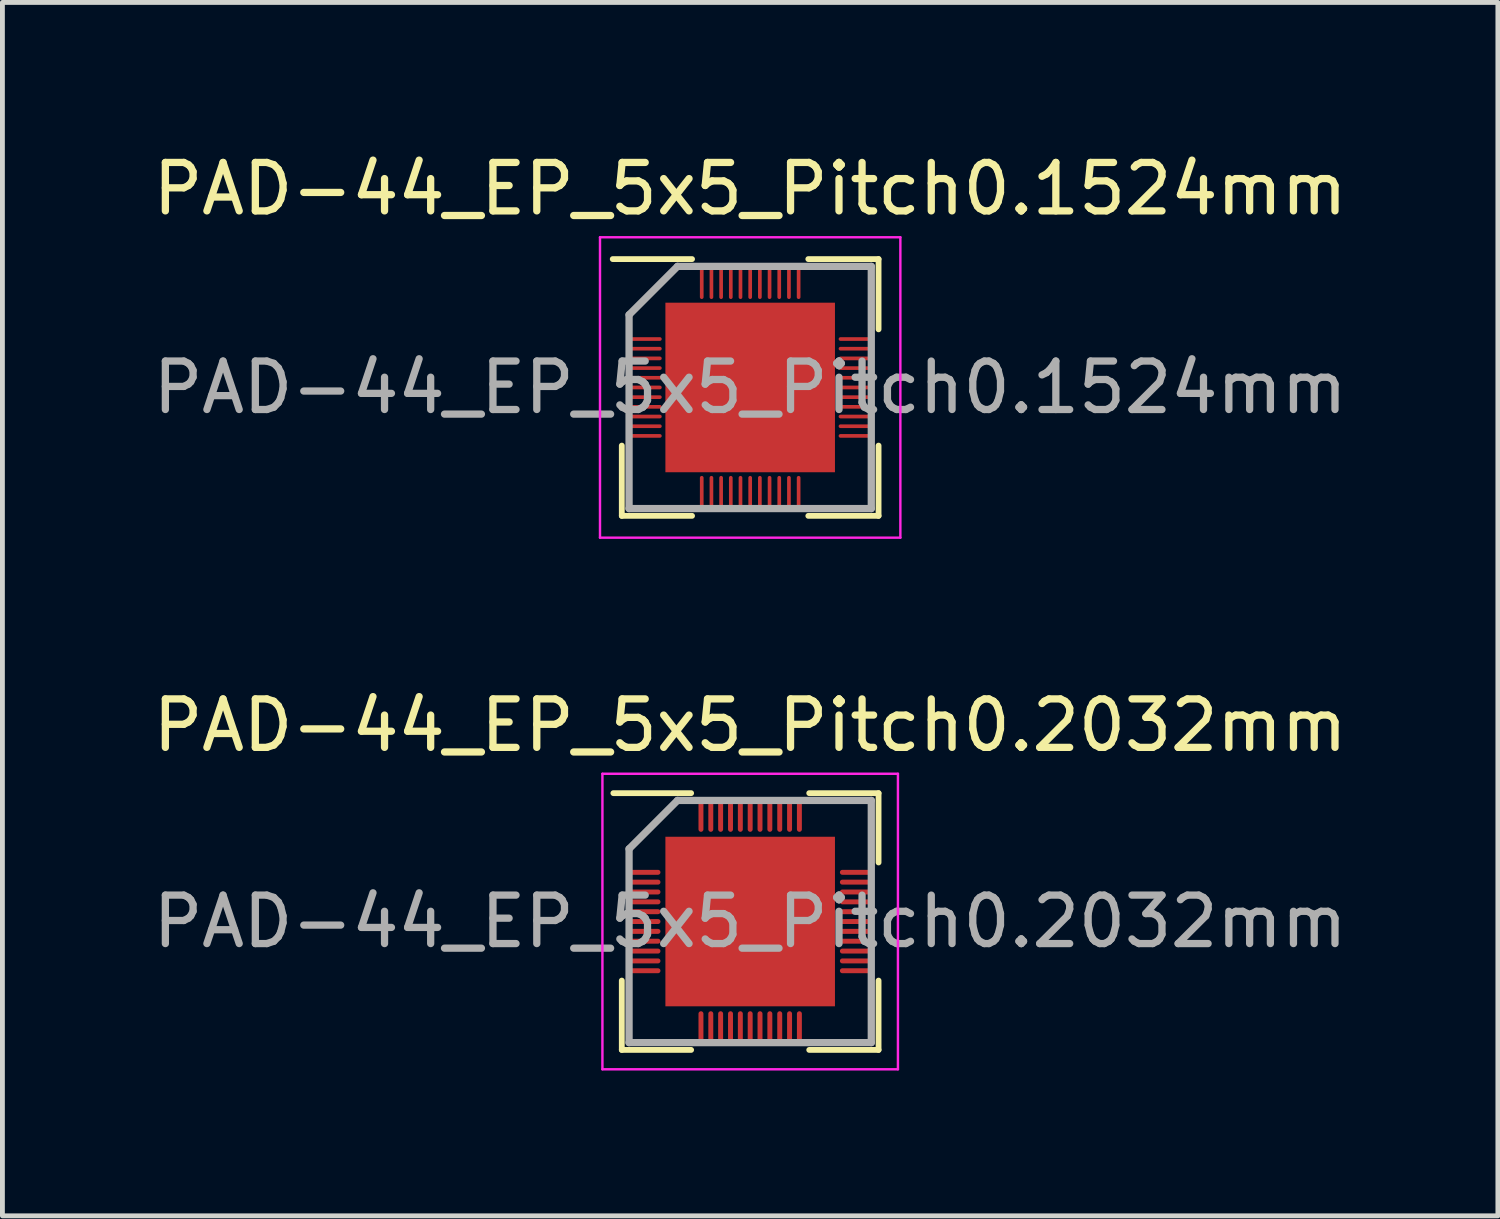
<source format=kicad_pcb>
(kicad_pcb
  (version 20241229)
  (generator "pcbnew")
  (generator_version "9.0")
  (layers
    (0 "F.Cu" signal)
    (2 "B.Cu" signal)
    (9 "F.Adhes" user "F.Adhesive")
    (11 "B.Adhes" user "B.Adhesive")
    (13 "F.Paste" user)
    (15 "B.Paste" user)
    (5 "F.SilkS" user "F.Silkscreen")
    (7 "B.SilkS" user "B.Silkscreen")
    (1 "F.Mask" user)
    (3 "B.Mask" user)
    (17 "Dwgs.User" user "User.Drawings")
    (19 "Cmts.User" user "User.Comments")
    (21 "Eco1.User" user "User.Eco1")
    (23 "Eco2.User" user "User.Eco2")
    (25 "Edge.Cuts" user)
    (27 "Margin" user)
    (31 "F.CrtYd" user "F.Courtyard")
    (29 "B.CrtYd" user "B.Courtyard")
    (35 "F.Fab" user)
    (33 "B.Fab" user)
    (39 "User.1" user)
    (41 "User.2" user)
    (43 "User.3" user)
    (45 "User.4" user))
  (footprint "PAD-44_EP_5x5_Pitch0.2032mm"
    (layer "F.Cu")
    (at 12.435 15.972)
    (property "Reference" "PAD-44_EP_5x5_Pitch0.2032mm" (at 0 -4.05 0) (layer "F.SilkS") (effects (font (size 1 1) (thickness 0.15))))
    (attr smd)
    (fp_line (start -2.65 2.65) (end -2.65 1.219) (stroke (width 0.12) (type default)) (layer "F.SilkS"))
    (fp_line (start -1.219 -2.65) (end -2.824 -2.65) (stroke (width 0.12) (type default)) (layer "F.SilkS"))
    (fp_line (start -1.219 2.65) (end -2.65 2.65) (stroke (width 0.12) (type default)) (layer "F.SilkS"))
    (fp_line (start 1.219 -2.65) (end 2.65 -2.65) (stroke (width 0.12) (type default)) (layer "F.SilkS"))
    (fp_line (start 1.219 2.65) (end 2.65 2.65) (stroke (width 0.12) (type default)) (layer "F.SilkS"))
    (fp_line (start 2.65 -2.65) (end 2.65 -1.219) (stroke (width 0.12) (type default)) (layer "F.SilkS"))
    (fp_line (start 2.65 2.65) (end 2.65 1.219) (stroke (width 0.12) (type default)) (layer "F.SilkS"))
    (fp_line (start -3.05 -3.05) (end 3.05 -3.05) (stroke (width 0.05) (type default)) (layer "F.CrtYd"))
    (fp_line (start -3.05 3.05) (end -3.05 -3.05) (stroke (width 0.05) (type default)) (layer "F.CrtYd"))
    (fp_line (start 3.05 -3.05) (end 3.05 3.05) (stroke (width 0.05) (type default)) (layer "F.CrtYd"))
    (fp_line (start 3.05 3.05) (end -3.05 3.05) (stroke (width 0.05) (type default)) (layer "F.CrtYd"))
    (fp_line (start -2.5 -1.5) (end -2.5 2.5) (stroke (width 0.15) (type default)) (layer "F.Fab"))
    (fp_line (start -2.5 2.5) (end 2.5 2.5) (stroke (width 0.15) (type default)) (layer "F.Fab"))
    (fp_line (start -1.5 -2.5) (end -2.5 -1.5) (stroke (width 0.15) (type default)) (layer "F.Fab"))
    (fp_line (start 2.5 -2.5) (end -1.5 -2.5) (stroke (width 0.15) (type default)) (layer "F.Fab"))
    (fp_line (start 2.5 2.5) (end 2.5 -2.5) (stroke (width 0.15) (type default)) (layer "F.Fab"))
    (fp_text user "${REFERENCE}" (at 0 0 0) (layer "F.Fab") (effects (font (size 1 1) (thickness 0.15))))
    (pad "" smd rect (at -1.312 -1.312) (size 0.875 0.875) (layers "F.Paste"))
    (pad "" smd rect (at -1.312 -0.438) (size 0.875 0.875) (layers "F.Paste"))
    (pad "" smd rect (at -1.312 0.438) (size 0.875 0.875) (layers "F.Paste"))
    (pad "" smd rect (at -1.312 1.312) (size 0.875 0.875) (layers "F.Paste"))
    (pad "" smd rect (at -0.438 -1.312) (size 0.875 0.875) (layers "F.Paste"))
    (pad "" smd rect (at -0.438 -0.438) (size 0.875 0.875) (layers "F.Paste"))
    (pad "" smd rect (at -0.438 0.438) (size 0.875 0.875) (layers "F.Paste"))
    (pad "" smd rect (at -0.438 1.312) (size 0.875 0.875) (layers "F.Paste"))
    (pad "" smd rect (at 0.438 -1.312) (size 0.875 0.875) (layers "F.Paste"))
    (pad "" smd rect (at 0.438 -0.438) (size 0.875 0.875) (layers "F.Paste"))
    (pad "" smd rect (at 0.438 0.438) (size 0.875 0.875) (layers "F.Paste"))
    (pad "" smd rect (at 0.438 1.312) (size 0.875 0.875) (layers "F.Paste"))
    (pad "" smd rect (at 1.312 -1.312) (size 0.875 0.875) (layers "F.Paste"))
    (pad "" smd rect (at 1.312 -0.438) (size 0.875 0.875) (layers "F.Paste"))
    (pad "" smd rect (at 1.312 0.438) (size 0.875 0.875) (layers "F.Paste"))
    (pad "" smd rect (at 1.312 1.312) (size 0.875 0.875) (layers "F.Paste"))
    (pad "1" smd oval (at -2.176 -1.016 90) (size 0.102 0.648) (layers "F.Cu" "F.Mask" "F.Paste"))
    (pad "2" smd oval (at -2.176 -0.813 90) (size 0.102 0.648) (layers "F.Cu" "F.Mask" "F.Paste"))
    (pad "3" smd oval (at -2.176 -0.61 90) (size 0.102 0.648) (layers "F.Cu" "F.Mask" "F.Paste"))
    (pad "4" smd oval (at -2.176 -0.406 90) (size 0.102 0.648) (layers "F.Cu" "F.Mask" "F.Paste"))
    (pad "5" smd oval (at -2.176 -0.203 90) (size 0.102 0.648) (layers "F.Cu" "F.Mask" "F.Paste"))
    (pad "6" smd oval (at -2.176 0 90) (size 0.102 0.648) (layers "F.Cu" "F.Mask" "F.Paste"))
    (pad "7" smd oval (at -2.176 0.203 90) (size 0.102 0.648) (layers "F.Cu" "F.Mask" "F.Paste"))
    (pad "8" smd oval (at -2.176 0.406 90) (size 0.102 0.648) (layers "F.Cu" "F.Mask" "F.Paste"))
    (pad "9" smd oval (at -2.176 0.61 90) (size 0.102 0.648) (layers "F.Cu" "F.Mask" "F.Paste"))
    (pad "10" smd oval (at -2.176 0.813 90) (size 0.102 0.648) (layers "F.Cu" "F.Mask" "F.Paste"))
    (pad "11" smd oval (at -2.176 1.016 90) (size 0.102 0.648) (layers "F.Cu" "F.Mask" "F.Paste"))
    (pad "12" smd oval (at -1.016 2.176) (size 0.102 0.648) (layers "F.Cu" "F.Mask" "F.Paste"))
    (pad "13" smd oval (at -0.813 2.176) (size 0.102 0.648) (layers "F.Cu" "F.Mask" "F.Paste"))
    (pad "14" smd oval (at -0.61 2.176) (size 0.102 0.648) (layers "F.Cu" "F.Mask" "F.Paste"))
    (pad "15" smd oval (at -0.406 2.176) (size 0.102 0.648) (layers "F.Cu" "F.Mask" "F.Paste"))
    (pad "16" smd oval (at -0.203 2.176) (size 0.102 0.648) (layers "F.Cu" "F.Mask" "F.Paste"))
    (pad "17" smd oval (at 0 2.176) (size 0.102 0.648) (layers "F.Cu" "F.Mask" "F.Paste"))
    (pad "18" smd oval (at 0.203 2.176) (size 0.102 0.648) (layers "F.Cu" "F.Mask" "F.Paste"))
    (pad "19" smd oval (at 0.406 2.176) (size 0.102 0.648) (layers "F.Cu" "F.Mask" "F.Paste"))
    (pad "20" smd oval (at 0.61 2.176) (size 0.102 0.648) (layers "F.Cu" "F.Mask" "F.Paste"))
    (pad "21" smd oval (at 0.813 2.176) (size 0.102 0.648) (layers "F.Cu" "F.Mask" "F.Paste"))
    (pad "22" smd oval (at 1.016 2.176) (size 0.102 0.648) (layers "F.Cu" "F.Mask" "F.Paste"))
    (pad "23" smd oval (at 2.176 1.016 90) (size 0.102 0.648) (layers "F.Cu" "F.Mask" "F.Paste"))
    (pad "24" smd oval (at 2.176 0.813 90) (size 0.102 0.648) (layers "F.Cu" "F.Mask" "F.Paste"))
    (pad "25" smd oval (at 2.176 0.61 90) (size 0.102 0.648) (layers "F.Cu" "F.Mask" "F.Paste"))
    (pad "26" smd oval (at 2.176 0.406 90) (size 0.102 0.648) (layers "F.Cu" "F.Mask" "F.Paste"))
    (pad "27" smd oval (at 2.176 0.203 90) (size 0.102 0.648) (layers "F.Cu" "F.Mask" "F.Paste"))
    (pad "28" smd oval (at 2.176 0 90) (size 0.102 0.648) (layers "F.Cu" "F.Mask" "F.Paste"))
    (pad "29" smd oval (at 2.176 -0.203 90) (size 0.102 0.648) (layers "F.Cu" "F.Mask" "F.Paste"))
    (pad "30" smd oval (at 2.176 -0.406 90) (size 0.102 0.648) (layers "F.Cu" "F.Mask" "F.Paste"))
    (pad "31" smd oval (at 2.176 -0.61 90) (size 0.102 0.648) (layers "F.Cu" "F.Mask" "F.Paste"))
    (pad "32" smd oval (at 2.176 -0.813 90) (size 0.102 0.648) (layers "F.Cu" "F.Mask" "F.Paste"))
    (pad "33" smd oval (at 2.176 -1.016 90) (size 0.102 0.648) (layers "F.Cu" "F.Mask" "F.Paste"))
    (pad "34" smd oval (at 1.016 -2.176) (size 0.102 0.648) (layers "F.Cu" "F.Mask" "F.Paste"))
    (pad "35" smd oval (at 0.813 -2.176) (size 0.102 0.648) (layers "F.Cu" "F.Mask" "F.Paste"))
    (pad "36" smd oval (at 0.61 -2.176) (size 0.102 0.648) (layers "F.Cu" "F.Mask" "F.Paste"))
    (pad "37" smd oval (at 0.406 -2.176) (size 0.102 0.648) (layers "F.Cu" "F.Mask" "F.Paste"))
    (pad "38" smd oval (at 0.203 -2.176) (size 0.102 0.648) (layers "F.Cu" "F.Mask" "F.Paste"))
    (pad "39" smd oval (at 0 -2.176) (size 0.102 0.648) (layers "F.Cu" "F.Mask" "F.Paste"))
    (pad "40" smd oval (at -0.203 -2.176) (size 0.102 0.648) (layers "F.Cu" "F.Mask" "F.Paste"))
    (pad "41" smd oval (at -0.406 -2.176) (size 0.102 0.648) (layers "F.Cu" "F.Mask" "F.Paste"))
    (pad "42" smd oval (at -0.61 -2.176) (size 0.102 0.648) (layers "F.Cu" "F.Mask" "F.Paste"))
    (pad "43" smd oval (at -0.813 -2.176) (size 0.102 0.648) (layers "F.Cu" "F.Mask" "F.Paste"))
    (pad "44" smd oval (at -1.016 -2.176) (size 0.102 0.648) (layers "F.Cu" "F.Mask" "F.Paste"))
    (pad "45" smd rect (at 0 0) (size 3.5 3.5) (layers "F.Cu" "F.Mask")))
  (footprint "PAD-44_EP_5x5_Pitch0.1524mm"
    (layer "F.Cu")
    (at 12.435 4.948)
    (property "Reference" "PAD-44_EP_5x5_Pitch0.1524mm" (at 0 -4.1 0) (layer "F.SilkS") (effects (font (size 1 1) (thickness 0.15))))
    (attr smd)
    (fp_line (start -2.65 2.65) (end -2.65 1.2) (stroke (width 0.12) (type default)) (layer "F.SilkS"))
    (fp_line (start -1.2 -2.65) (end -2.837 -2.65) (stroke (width 0.12) (type default)) (layer "F.SilkS"))
    (fp_line (start -1.2 2.65) (end -2.65 2.65) (stroke (width 0.12) (type default)) (layer "F.SilkS"))
    (fp_line (start 1.2 -2.65) (end 2.65 -2.65) (stroke (width 0.12) (type default)) (layer "F.SilkS"))
    (fp_line (start 1.2 2.65) (end 2.65 2.65) (stroke (width 0.12) (type default)) (layer "F.SilkS"))
    (fp_line (start 2.65 -2.65) (end 2.65 -1.2) (stroke (width 0.12) (type default)) (layer "F.SilkS"))
    (fp_line (start 2.65 2.65) (end 2.65 1.2) (stroke (width 0.12) (type default)) (layer "F.SilkS"))
    (fp_line (start -3.1 -3.1) (end 3.1 -3.1) (stroke (width 0.05) (type default)) (layer "F.CrtYd"))
    (fp_line (start -3.1 3.1) (end -3.1 -3.1) (stroke (width 0.05) (type default)) (layer "F.CrtYd"))
    (fp_line (start 3.1 -3.1) (end 3.1 3.1) (stroke (width 0.05) (type default)) (layer "F.CrtYd"))
    (fp_line (start 3.1 3.1) (end -3.1 3.1) (stroke (width 0.05) (type default)) (layer "F.CrtYd"))
    (fp_line (start -2.5 -1.5) (end -2.5 2.5) (stroke (width 0.15) (type default)) (layer "F.Fab"))
    (fp_line (start -2.5 2.5) (end 2.5 2.5) (stroke (width 0.15) (type default)) (layer "F.Fab"))
    (fp_line (start -1.5 -2.5) (end -2.5 -1.5) (stroke (width 0.15) (type default)) (layer "F.Fab"))
    (fp_line (start 2.5 -2.5) (end -1.5 -2.5) (stroke (width 0.15) (type default)) (layer "F.Fab"))
    (fp_line (start 2.5 2.5) (end 2.5 -2.5) (stroke (width 0.15) (type default)) (layer "F.Fab"))
    (fp_text user "${REFERENCE}" (at 0 0 0) (layer "F.Fab") (effects (font (size 1 1) (thickness 0.15))))
    (pad "" smd rect (at -1.312 -1.312) (size 0.875 0.875) (layers "F.Paste"))
    (pad "" smd rect (at -1.312 -0.438) (size 0.875 0.875) (layers "F.Paste"))
    (pad "" smd rect (at -1.312 0.438) (size 0.875 0.875) (layers "F.Paste"))
    (pad "" smd rect (at -1.312 1.312) (size 0.875 0.875) (layers "F.Paste"))
    (pad "" smd rect (at -0.438 -1.312) (size 0.875 0.875) (layers "F.Paste"))
    (pad "" smd rect (at -0.438 -0.438) (size 0.875 0.875) (layers "F.Paste"))
    (pad "" smd rect (at -0.438 0.438) (size 0.875 0.875) (layers "F.Paste"))
    (pad "" smd rect (at -0.438 1.312) (size 0.875 0.875) (layers "F.Paste"))
    (pad "" smd rect (at 0.438 -1.312) (size 0.875 0.875) (layers "F.Paste"))
    (pad "" smd rect (at 0.438 -0.438) (size 0.875 0.875) (layers "F.Paste"))
    (pad "" smd rect (at 0.438 0.438) (size 0.875 0.875) (layers "F.Paste"))
    (pad "" smd rect (at 0.438 1.312) (size 0.875 0.875) (layers "F.Paste"))
    (pad "" smd rect (at 1.312 -1.312) (size 0.875 0.875) (layers "F.Paste"))
    (pad "" smd rect (at 1.312 -0.438) (size 0.875 0.875) (layers "F.Paste"))
    (pad "" smd rect (at 1.312 0.438) (size 0.875 0.875) (layers "F.Paste"))
    (pad "" smd rect (at 1.312 1.312) (size 0.875 0.875) (layers "F.Paste"))
    (pad "1" smd oval (at -2.163 -1 90) (size 0.076 0.674) (layers "F.Cu" "F.Mask" "F.Paste"))
    (pad "2" smd oval (at -2.163 -0.8 90) (size 0.076 0.674) (layers "F.Cu" "F.Mask" "F.Paste"))
    (pad "3" smd oval (at -2.163 -0.6 90) (size 0.076 0.674) (layers "F.Cu" "F.Mask" "F.Paste"))
    (pad "4" smd oval (at -2.163 -0.4 90) (size 0.076 0.674) (layers "F.Cu" "F.Mask" "F.Paste"))
    (pad "5" smd oval (at -2.163 -0.2 90) (size 0.076 0.674) (layers "F.Cu" "F.Mask" "F.Paste"))
    (pad "6" smd oval (at -2.163 0 90) (size 0.076 0.674) (layers "F.Cu" "F.Mask" "F.Paste"))
    (pad "7" smd oval (at -2.163 0.2 90) (size 0.076 0.674) (layers "F.Cu" "F.Mask" "F.Paste"))
    (pad "8" smd oval (at -2.163 0.4 90) (size 0.076 0.674) (layers "F.Cu" "F.Mask" "F.Paste"))
    (pad "9" smd oval (at -2.163 0.6 90) (size 0.076 0.674) (layers "F.Cu" "F.Mask" "F.Paste"))
    (pad "10" smd oval (at -2.163 0.8 90) (size 0.076 0.674) (layers "F.Cu" "F.Mask" "F.Paste"))
    (pad "11" smd oval (at -2.163 1 90) (size 0.076 0.674) (layers "F.Cu" "F.Mask" "F.Paste"))
    (pad "12" smd oval (at -1 2.163) (size 0.076 0.674) (layers "F.Cu" "F.Mask" "F.Paste"))
    (pad "13" smd oval (at -0.8 2.163) (size 0.076 0.674) (layers "F.Cu" "F.Mask" "F.Paste"))
    (pad "14" smd oval (at -0.6 2.163) (size 0.076 0.674) (layers "F.Cu" "F.Mask" "F.Paste"))
    (pad "15" smd oval (at -0.4 2.163) (size 0.076 0.674) (layers "F.Cu" "F.Mask" "F.Paste"))
    (pad "16" smd oval (at -0.2 2.163) (size 0.076 0.674) (layers "F.Cu" "F.Mask" "F.Paste"))
    (pad "17" smd oval (at 0 2.163) (size 0.076 0.674) (layers "F.Cu" "F.Mask" "F.Paste"))
    (pad "18" smd oval (at 0.2 2.163) (size 0.076 0.674) (layers "F.Cu" "F.Mask" "F.Paste"))
    (pad "19" smd oval (at 0.4 2.163) (size 0.076 0.674) (layers "F.Cu" "F.Mask" "F.Paste"))
    (pad "20" smd oval (at 0.6 2.163) (size 0.076 0.674) (layers "F.Cu" "F.Mask" "F.Paste"))
    (pad "21" smd oval (at 0.8 2.163) (size 0.076 0.674) (layers "F.Cu" "F.Mask" "F.Paste"))
    (pad "22" smd oval (at 1 2.163) (size 0.076 0.674) (layers "F.Cu" "F.Mask" "F.Paste"))
    (pad "23" smd oval (at 2.163 1 90) (size 0.076 0.674) (layers "F.Cu" "F.Mask" "F.Paste"))
    (pad "24" smd oval (at 2.163 0.8 90) (size 0.076 0.674) (layers "F.Cu" "F.Mask" "F.Paste"))
    (pad "25" smd oval (at 2.163 0.6 90) (size 0.076 0.674) (layers "F.Cu" "F.Mask" "F.Paste"))
    (pad "26" smd oval (at 2.163 0.4 90) (size 0.076 0.674) (layers "F.Cu" "F.Mask" "F.Paste"))
    (pad "27" smd oval (at 2.163 0.2 90) (size 0.076 0.674) (layers "F.Cu" "F.Mask" "F.Paste"))
    (pad "28" smd oval (at 2.163 0 90) (size 0.076 0.674) (layers "F.Cu" "F.Mask" "F.Paste"))
    (pad "29" smd oval (at 2.163 -0.2 90) (size 0.076 0.674) (layers "F.Cu" "F.Mask" "F.Paste"))
    (pad "30" smd oval (at 2.163 -0.4 90) (size 0.076 0.674) (layers "F.Cu" "F.Mask" "F.Paste"))
    (pad "31" smd oval (at 2.163 -0.6 90) (size 0.076 0.674) (layers "F.Cu" "F.Mask" "F.Paste"))
    (pad "32" smd oval (at 2.163 -0.8 90) (size 0.076 0.674) (layers "F.Cu" "F.Mask" "F.Paste"))
    (pad "33" smd oval (at 2.163 -1 90) (size 0.076 0.674) (layers "F.Cu" "F.Mask" "F.Paste"))
    (pad "34" smd oval (at 1 -2.163) (size 0.076 0.674) (layers "F.Cu" "F.Mask" "F.Paste"))
    (pad "35" smd oval (at 0.8 -2.163) (size 0.076 0.674) (layers "F.Cu" "F.Mask" "F.Paste"))
    (pad "36" smd oval (at 0.6 -2.163) (size 0.076 0.674) (layers "F.Cu" "F.Mask" "F.Paste"))
    (pad "37" smd oval (at 0.4 -2.163) (size 0.076 0.674) (layers "F.Cu" "F.Mask" "F.Paste"))
    (pad "38" smd oval (at 0.2 -2.163) (size 0.076 0.674) (layers "F.Cu" "F.Mask" "F.Paste"))
    (pad "39" smd oval (at 0 -2.163) (size 0.076 0.674) (layers "F.Cu" "F.Mask" "F.Paste"))
    (pad "40" smd oval (at -0.2 -2.163) (size 0.076 0.674) (layers "F.Cu" "F.Mask" "F.Paste"))
    (pad "41" smd oval (at -0.4 -2.163) (size 0.076 0.674) (layers "F.Cu" "F.Mask" "F.Paste"))
    (pad "42" smd oval (at -0.6 -2.163) (size 0.076 0.674) (layers "F.Cu" "F.Mask" "F.Paste"))
    (pad "43" smd oval (at -0.8 -2.163) (size 0.076 0.674) (layers "F.Cu" "F.Mask" "F.Paste"))
    (pad "44" smd oval (at -1 -2.163) (size 0.076 0.674) (layers "F.Cu" "F.Mask" "F.Paste"))
    (pad "45" smd rect (at 0 0) (size 3.5 3.5) (layers "F.Cu" "F.Mask")))
  (gr_rect
    (start -3 -3)
    (end 27.869 22.047)
    (stroke (width 0.1) (type default))
    (fill no)
    (layer "Edge.Cuts")))
</source>
